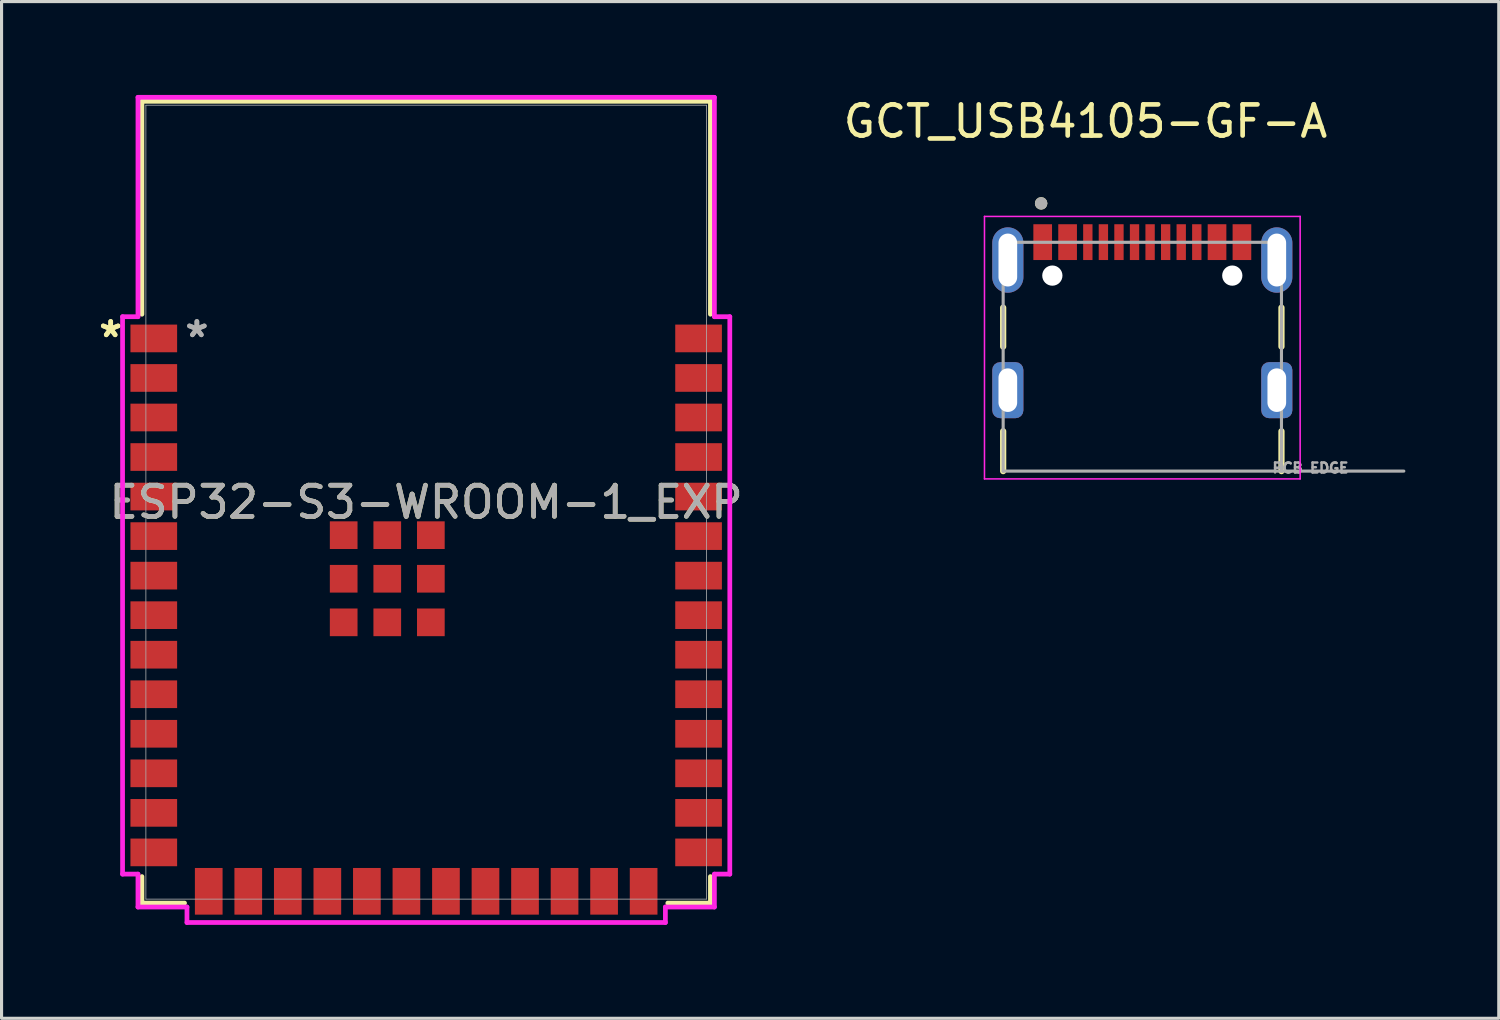
<source format=kicad_pcb>
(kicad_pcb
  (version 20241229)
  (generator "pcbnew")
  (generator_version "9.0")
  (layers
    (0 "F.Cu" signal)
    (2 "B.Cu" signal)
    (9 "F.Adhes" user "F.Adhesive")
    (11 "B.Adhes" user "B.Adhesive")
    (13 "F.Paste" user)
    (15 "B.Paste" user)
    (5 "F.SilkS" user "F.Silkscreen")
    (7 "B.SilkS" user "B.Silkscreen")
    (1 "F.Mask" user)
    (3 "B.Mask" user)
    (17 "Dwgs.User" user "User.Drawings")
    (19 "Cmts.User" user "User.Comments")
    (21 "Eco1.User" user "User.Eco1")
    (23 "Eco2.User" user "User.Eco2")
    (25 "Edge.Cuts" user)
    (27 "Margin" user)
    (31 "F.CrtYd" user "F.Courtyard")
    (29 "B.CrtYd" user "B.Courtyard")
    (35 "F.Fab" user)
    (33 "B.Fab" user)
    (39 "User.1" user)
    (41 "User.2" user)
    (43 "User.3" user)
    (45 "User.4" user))
  (footprint "ESP32-S3-WROOM-1_EXP"
    (layer "F.Cu")
    (at 10.64 13.081)
    (property "Reference" "ESP32-S3-WROOM-1_EXP" (at 0 0 0) (unlocked yes) (layer "F.SilkS") (effects (font (size 1 1) (thickness 0.15))))
    (attr smd)
    (fp_line (start -9.131 -12.878) (end 9.131 -12.878) (stroke (width 0.152) (type solid)) (layer "F.SilkS"))
    (fp_line (start -9.131 -6.037) (end -9.131 -12.878) (stroke (width 0.152) (type solid)) (layer "F.SilkS"))
    (fp_line (start -9.131 12.878) (end -9.131 12.027) (stroke (width 0.152) (type solid)) (layer "F.SilkS"))
    (fp_line (start -7.762 12.878) (end -9.131 12.878) (stroke (width 0.152) (type solid)) (layer "F.SilkS"))
    (fp_line (start 9.131 -12.878) (end 9.131 -6.037) (stroke (width 0.152) (type solid)) (layer "F.SilkS"))
    (fp_line (start 9.131 12.027) (end 9.131 12.878) (stroke (width 0.152) (type solid)) (layer "F.SilkS"))
    (fp_line (start 9.131 12.878) (end 7.762 12.878) (stroke (width 0.152) (type solid)) (layer "F.SilkS"))
    (fp_poly (pts (xy -9.004 -12.751) (xy -9.004 -6.756) (xy 9.004 -6.756) (xy 9.004 -12.751)) (stroke (width 0.1) (type solid)) (fill no) (layer "Eco2.User"))
    (fp_line (start -9.753 -5.958) (end -9.753 11.948) (stroke (width 0.152) (type solid)) (layer "F.CrtYd"))
    (fp_line (start -9.753 11.948) (end -9.258 11.948) (stroke (width 0.152) (type solid)) (layer "F.CrtYd"))
    (fp_line (start -9.258 -13.005) (end -9.258 -5.958) (stroke (width 0.152) (type solid)) (layer "F.CrtYd"))
    (fp_line (start -9.258 -5.958) (end -9.753 -5.958) (stroke (width 0.152) (type solid)) (layer "F.CrtYd"))
    (fp_line (start -9.258 11.948) (end -9.258 13.005) (stroke (width 0.152) (type solid)) (layer "F.CrtYd"))
    (fp_line (start -9.258 13.005) (end -7.684 13.005) (stroke (width 0.152) (type solid)) (layer "F.CrtYd"))
    (fp_line (start -7.684 13.005) (end -7.684 13.503) (stroke (width 0.152) (type solid)) (layer "F.CrtYd"))
    (fp_line (start -7.684 13.503) (end 7.684 13.503) (stroke (width 0.152) (type solid)) (layer "F.CrtYd"))
    (fp_line (start 7.684 13.005) (end 9.258 13.005) (stroke (width 0.152) (type solid)) (layer "F.CrtYd"))
    (fp_line (start 7.684 13.503) (end 7.684 13.005) (stroke (width 0.152) (type solid)) (layer "F.CrtYd"))
    (fp_line (start 9.258 -13.005) (end -9.258 -13.005) (stroke (width 0.152) (type solid)) (layer "F.CrtYd"))
    (fp_line (start 9.258 -5.958) (end 9.258 -13.005) (stroke (width 0.152) (type solid)) (layer "F.CrtYd"))
    (fp_line (start 9.258 11.948) (end 9.753 11.948) (stroke (width 0.152) (type solid)) (layer "F.CrtYd"))
    (fp_line (start 9.258 13.005) (end 9.258 11.948) (stroke (width 0.152) (type solid)) (layer "F.CrtYd"))
    (fp_line (start 9.753 -5.958) (end 9.258 -5.958) (stroke (width 0.152) (type solid)) (layer "F.CrtYd"))
    (fp_line (start 9.753 11.948) (end 9.753 -5.958) (stroke (width 0.152) (type solid)) (layer "F.CrtYd"))
    (fp_line (start -9.004 -12.751) (end -9.004 12.751) (stroke (width 0.025) (type solid)) (layer "F.Fab"))
    (fp_line (start -9.004 12.751) (end 9.004 12.751) (stroke (width 0.025) (type solid)) (layer "F.Fab"))
    (fp_line (start 9.004 -12.751) (end -9.004 -12.751) (stroke (width 0.025) (type solid)) (layer "F.Fab"))
    (fp_line (start 9.004 12.751) (end 9.004 -12.751) (stroke (width 0.025) (type solid)) (layer "F.Fab"))
    (fp_text user "*" (at -10.134 -5.26 0) (layer "F.SilkS") (effects (font (size 1 1) (thickness 0.15))))
    (fp_text user "*" (at -10.134 -5.26 0) (unlocked yes) (layer "F.SilkS") (effects (font (size 1 1) (thickness 0.15))))
    (fp_text user "*" (at -7.366 -5.26 0) (layer "F.Fab") (effects (font (size 1 1) (thickness 0.15))))
    (fp_text user "${REFERENCE}" (at 0 0 0) (unlocked yes) (layer "F.Fab") (effects (font (size 1 1) (thickness 0.15))))
    (fp_text user "*" (at -7.366 -5.26 0) (unlocked yes) (layer "F.Fab") (effects (font (size 1 1) (thickness 0.15))))
    (pad "1" smd rect (at -8.75 -5.26) (size 1.499 0.889) (layers "F.Cu" "F.Mask" "F.Paste"))
    (pad "2" smd rect (at -8.75 -3.99) (size 1.499 0.889) (layers "F.Cu" "F.Mask" "F.Paste"))
    (pad "3" smd rect (at -8.75 -2.72) (size 1.499 0.889) (layers "F.Cu" "F.Mask" "F.Paste"))
    (pad "4" smd rect (at -8.75 -1.45) (size 1.499 0.889) (layers "F.Cu" "F.Mask" "F.Paste"))
    (pad "5" smd rect (at -8.75 -0.18) (size 1.499 0.889) (layers "F.Cu" "F.Mask" "F.Paste"))
    (pad "6" smd rect (at -8.75 1.09) (size 1.499 0.889) (layers "F.Cu" "F.Mask" "F.Paste"))
    (pad "7" smd rect (at -8.75 2.36) (size 1.499 0.889) (layers "F.Cu" "F.Mask" "F.Paste"))
    (pad "8" smd rect (at -8.75 3.63) (size 1.499 0.889) (layers "F.Cu" "F.Mask" "F.Paste"))
    (pad "9" smd rect (at -8.75 4.9) (size 1.499 0.889) (layers "F.Cu" "F.Mask" "F.Paste"))
    (pad "10" smd rect (at -8.75 6.17) (size 1.499 0.889) (layers "F.Cu" "F.Mask" "F.Paste"))
    (pad "11" smd rect (at -8.75 7.44) (size 1.499 0.889) (layers "F.Cu" "F.Mask" "F.Paste"))
    (pad "12" smd rect (at -8.75 8.71) (size 1.499 0.889) (layers "F.Cu" "F.Mask" "F.Paste"))
    (pad "13" smd rect (at -8.75 9.98) (size 1.499 0.889) (layers "F.Cu" "F.Mask" "F.Paste"))
    (pad "14" smd rect (at -8.75 11.25) (size 1.499 0.889) (layers "F.Cu" "F.Mask" "F.Paste"))
    (pad "15" smd rect (at -6.985 12.5 90) (size 1.499 0.889) (layers "F.Cu" "F.Mask" "F.Paste"))
    (pad "16" smd rect (at -5.715 12.5 90) (size 1.499 0.889) (layers "F.Cu" "F.Mask" "F.Paste"))
    (pad "17" smd rect (at -4.445 12.5 90) (size 1.499 0.889) (layers "F.Cu" "F.Mask" "F.Paste"))
    (pad "18" smd rect (at -3.175 12.5 90) (size 1.499 0.889) (layers "F.Cu" "F.Mask" "F.Paste"))
    (pad "19" smd rect (at -1.905 12.5 90) (size 1.499 0.889) (layers "F.Cu" "F.Mask" "F.Paste"))
    (pad "20" smd rect (at -0.635 12.5 90) (size 1.499 0.889) (layers "F.Cu" "F.Mask" "F.Paste"))
    (pad "21" smd rect (at 0.635 12.5 90) (size 1.499 0.889) (layers "F.Cu" "F.Mask" "F.Paste"))
    (pad "22" smd rect (at 1.905 12.5 90) (size 1.499 0.889) (layers "F.Cu" "F.Mask" "F.Paste"))
    (pad "23" smd rect (at 3.175 12.5 90) (size 1.499 0.889) (layers "F.Cu" "F.Mask" "F.Paste"))
    (pad "24" smd rect (at 4.445 12.5 90) (size 1.499 0.889) (layers "F.Cu" "F.Mask" "F.Paste"))
    (pad "25" smd rect (at 5.715 12.5 90) (size 1.499 0.889) (layers "F.Cu" "F.Mask" "F.Paste"))
    (pad "26" smd rect (at 6.985 12.5 90) (size 1.499 0.889) (layers "F.Cu" "F.Mask" "F.Paste"))
    (pad "27" smd rect (at 8.75 11.25) (size 1.499 0.889) (layers "F.Cu" "F.Mask" "F.Paste"))
    (pad "28" smd rect (at 8.75 9.98) (size 1.499 0.889) (layers "F.Cu" "F.Mask" "F.Paste"))
    (pad "29" smd rect (at 8.75 8.71) (size 1.499 0.889) (layers "F.Cu" "F.Mask" "F.Paste"))
    (pad "30" smd rect (at 8.75 7.44) (size 1.499 0.889) (layers "F.Cu" "F.Mask" "F.Paste"))
    (pad "31" smd rect (at 8.75 6.17) (size 1.499 0.889) (layers "F.Cu" "F.Mask" "F.Paste"))
    (pad "32" smd rect (at 8.75 4.9) (size 1.499 0.889) (layers "F.Cu" "F.Mask" "F.Paste"))
    (pad "33" smd rect (at 8.75 3.63) (size 1.499 0.889) (layers "F.Cu" "F.Mask" "F.Paste"))
    (pad "34" smd rect (at 8.75 2.36) (size 1.499 0.889) (layers "F.Cu" "F.Mask" "F.Paste"))
    (pad "35" smd rect (at 8.75 1.09) (size 1.499 0.889) (layers "F.Cu" "F.Mask" "F.Paste"))
    (pad "36" smd rect (at 8.75 -0.18) (size 1.499 0.889) (layers "F.Cu" "F.Mask" "F.Paste"))
    (pad "37" smd rect (at 8.75 -1.45) (size 1.499 0.889) (layers "F.Cu" "F.Mask" "F.Paste"))
    (pad "38" smd rect (at 8.75 -2.72) (size 1.499 0.889) (layers "F.Cu" "F.Mask" "F.Paste"))
    (pad "39" smd rect (at 8.75 -3.99) (size 1.499 0.889) (layers "F.Cu" "F.Mask" "F.Paste"))
    (pad "40" smd rect (at 8.75 -5.26) (size 1.499 0.889) (layers "F.Cu" "F.Mask" "F.Paste"))
    (pad "41" smd rect (at -1.25 2.46) (size 0.889 0.889) (layers "F.Cu" "F.Mask" "F.Paste"))
    (pad "42" smd rect (at -1.25 1.06) (size 0.889 0.889) (layers "F.Cu" "F.Mask" "F.Paste"))
    (pad "43" smd rect (at -2.65 1.06) (size 0.889 0.889) (layers "F.Cu" "F.Mask" "F.Paste"))
    (pad "44" smd rect (at -2.65 2.46) (size 0.889 0.889) (layers "F.Cu" "F.Mask" "F.Paste"))
    (pad "45" smd rect (at -2.65 3.86) (size 0.889 0.889) (layers "F.Cu" "F.Mask" "F.Paste"))
    (pad "46" smd rect (at -1.25 3.86) (size 0.889 0.889) (layers "F.Cu" "F.Mask" "F.Paste"))
    (pad "47" smd rect (at 0.15 3.86) (size 0.889 0.889) (layers "F.Cu" "F.Mask" "F.Paste"))
    (pad "48" smd rect (at 0.15 2.46) (size 0.889 0.889) (layers "F.Cu" "F.Mask" "F.Paste"))
    (pad "49" smd rect (at 0.15 1.06) (size 0.889 0.889) (layers "F.Cu" "F.Mask" "F.Paste")))
  (footprint "GCT_USB4105-GF-A"
    (layer "F.Cu")
    (at 33.644 9.483)
    (property "Reference" "GCT_USB4105-GF-A" (at -1.825 -8.635 0) (layer "F.SilkS") (effects (font (size 1 1) (thickness 0.15))))
    (attr smd)
    (fp_line (start -4.47 -2.65) (end -4.47 -1.4) (stroke (width 0.2) (type solid)) (layer "F.SilkS"))
    (fp_line (start -4.47 1.32) (end -4.47 2.6) (stroke (width 0.2) (type solid)) (layer "F.SilkS"))
    (fp_line (start 4.47 -2.65) (end 4.47 -1.4) (stroke (width 0.2) (type solid)) (layer "F.SilkS"))
    (fp_line (start 4.47 2.6) (end 4.47 1.32) (stroke (width 0.2) (type solid)) (layer "F.SilkS"))
    (fp_circle (center -3.25 -6) (end -3.15 -6) (stroke (width 0.2) (type solid)) (fill no) (layer "F.SilkS"))
    (fp_line (start -5.07 -5.58) (end -5.07 2.85) (stroke (width 0.05) (type solid)) (layer "F.CrtYd"))
    (fp_line (start -5.07 2.85) (end 5.07 2.85) (stroke (width 0.05) (type solid)) (layer "F.CrtYd"))
    (fp_line (start 5.07 -5.58) (end -5.07 -5.58) (stroke (width 0.05) (type solid)) (layer "F.CrtYd"))
    (fp_line (start 5.07 2.85) (end 5.07 -5.58) (stroke (width 0.05) (type solid)) (layer "F.CrtYd"))
    (fp_line (start -4.47 -4.75) (end 4.47 -4.75) (stroke (width 0.1) (type solid)) (layer "F.Fab"))
    (fp_line (start -4.47 2.6) (end -4.47 -4.75) (stroke (width 0.1) (type solid)) (layer "F.Fab"))
    (fp_line (start 4.47 -4.75) (end 4.47 2.6) (stroke (width 0.1) (type solid)) (layer "F.Fab"))
    (fp_line (start 4.47 2.6) (end -4.47 2.6) (stroke (width 0.1) (type solid)) (layer "F.Fab"))
    (fp_line (start 4.47 2.6) (end 8.4 2.6) (stroke (width 0.1) (type solid)) (layer "F.Fab"))
    (fp_circle (center -3.25 -6) (end -3.15 -6) (stroke (width 0.2) (type solid)) (fill no) (layer "F.Fab"))
    (fp_text user "PCB EDGE" (at 5.4 2.5 0) (layer "F.Fab") (effects (font (size 0.32 0.32) (thickness 0.15))))
    (pad "" np_thru_hole circle (at -2.89 -3.68) (size 0.65 0.65) (drill 0.65) (layers "*.Cu" "*.Mask"))
    (pad "" np_thru_hole circle (at 2.89 -3.68) (size 0.65 0.65) (drill 0.65) (layers "*.Cu" "*.Mask"))
    (pad "A1_B12" smd rect (at -3.2 -4.755) (size 0.6 1.15) (layers "F.Cu" "F.Mask" "F.Paste"))
    (pad "A4_B9" smd rect (at -2.4 -4.755) (size 0.6 1.15) (layers "F.Cu" "F.Mask" "F.Paste"))
    (pad "A5" smd rect (at -1.25 -4.755) (size 0.3 1.15) (layers "F.Cu" "F.Mask" "F.Paste"))
    (pad "A6" smd rect (at -0.25 -4.755) (size 0.3 1.15) (layers "F.Cu" "F.Mask" "F.Paste"))
    (pad "A7" smd rect (at 0.25 -4.755) (size 0.3 1.15) (layers "F.Cu" "F.Mask" "F.Paste"))
    (pad "A8" smd rect (at 1.25 -4.755) (size 0.3 1.15) (layers "F.Cu" "F.Mask" "F.Paste"))
    (pad "B1_A12" smd rect (at 3.2 -4.755) (size 0.6 1.15) (layers "F.Cu" "F.Mask" "F.Paste"))
    (pad "B4_A9" smd rect (at 2.4 -4.755) (size 0.6 1.15) (layers "F.Cu" "F.Mask" "F.Paste"))
    (pad "B5" smd rect (at 1.75 -4.755) (size 0.3 1.15) (layers "F.Cu" "F.Mask" "F.Paste"))
    (pad "B6" smd rect (at 0.75 -4.755) (size 0.3 1.15) (layers "F.Cu" "F.Mask" "F.Paste"))
    (pad "B7" smd rect (at -0.75 -4.755) (size 0.3 1.15) (layers "F.Cu" "F.Mask" "F.Paste"))
    (pad "B8" smd rect (at -1.75 -4.755) (size 0.3 1.15) (layers "F.Cu" "F.Mask" "F.Paste"))
    (pad "SH1" thru_hole oval (at -4.32 -4.18) (size 1 2.1) (drill oval 0.6 1.7) (layers "*.Cu" "*.Mask"))
    (pad "SH2" thru_hole oval (at 4.32 -4.18) (size 1 2.1) (drill oval 0.6 1.7) (layers "*.Cu" "*.Mask"))
    (pad "SH3" thru_hole roundrect (at -4.32 0) (size 1 1.8) (drill oval 0.6 1.4) (layers "*.Cu" "*.Mask") (roundrect_rratio 0.25))
    (pad "SH4" thru_hole roundrect (at 4.32 0) (size 1 1.8) (drill oval 0.6 1.4) (layers "*.Cu" "*.Mask") (roundrect_rratio 0.25)))
  (gr_rect
    (start -3 -3)
    (end 45.094 29.66)
    (stroke (width 0.1) (type default))
    (fill no)
    (layer "Edge.Cuts")))
</source>
